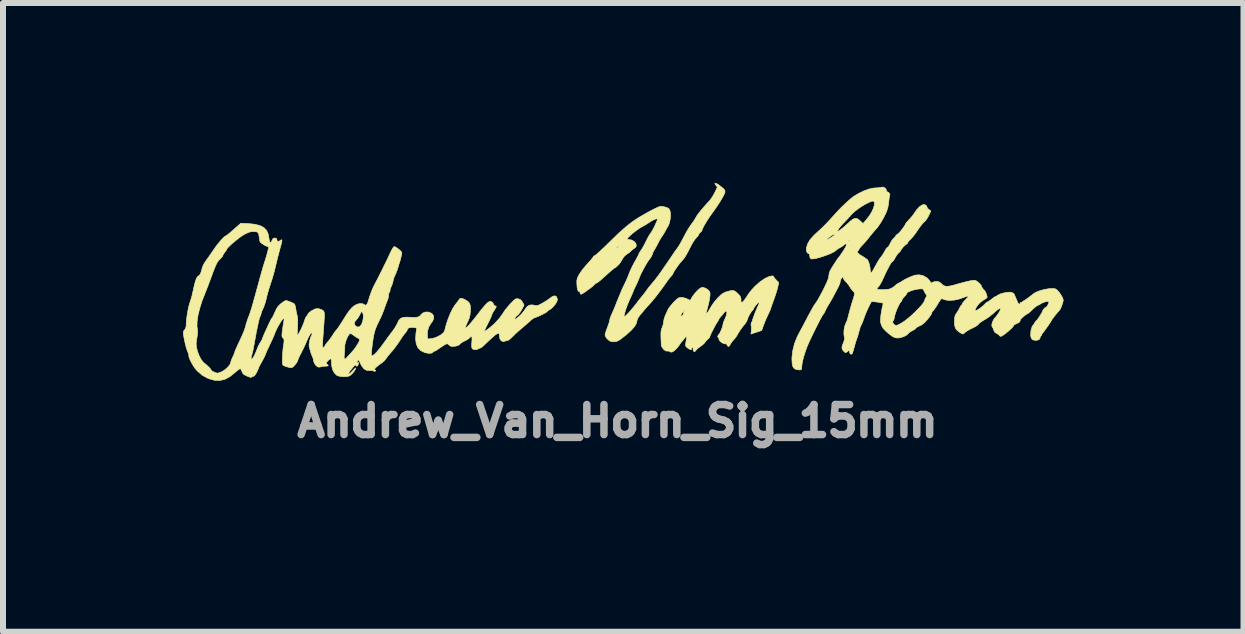
<source format=kicad_pcb>
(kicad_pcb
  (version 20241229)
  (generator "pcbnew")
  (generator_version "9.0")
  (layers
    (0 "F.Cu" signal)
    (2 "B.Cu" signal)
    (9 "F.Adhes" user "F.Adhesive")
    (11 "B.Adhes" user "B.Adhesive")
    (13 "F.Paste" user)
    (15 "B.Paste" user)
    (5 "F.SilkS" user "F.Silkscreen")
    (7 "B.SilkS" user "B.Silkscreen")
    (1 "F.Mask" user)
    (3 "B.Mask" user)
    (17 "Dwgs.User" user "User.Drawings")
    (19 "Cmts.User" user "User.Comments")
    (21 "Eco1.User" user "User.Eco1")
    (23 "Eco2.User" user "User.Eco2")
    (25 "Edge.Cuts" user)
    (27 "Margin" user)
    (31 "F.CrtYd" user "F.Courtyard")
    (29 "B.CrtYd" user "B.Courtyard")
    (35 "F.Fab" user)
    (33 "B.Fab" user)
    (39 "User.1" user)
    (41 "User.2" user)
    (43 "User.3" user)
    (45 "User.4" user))
  (footprint "Andrew_Van_Horn_Sig_15mm"
    (layer "F.Cu")
    (at 7.243 1.555)
    (property "Reference" "Andrew_Van_Horn_Sig_15mm" (at 0 2.413 0) (layer "F.Fab") (effects (font (size 0.5 0.5) (thickness 0.125))))
    (attr through_hole)
    (fp_poly (pts (xy 2.597 -0.003) (xy 2.605 0.011) (xy 2.613 0.026) (xy 2.635 0.051) (xy 2.646 0.063) (xy 2.687 0.105) (xy 2.671 0.18) (xy 2.66 0.224) (xy 2.642 0.283) (xy 2.62 0.349) (xy 2.604 0.392) (xy 2.584 0.448) (xy 2.567 0.495) (xy 2.556 0.527) (xy 2.553 0.539) (xy 2.548 0.554) (xy 2.534 0.587) (xy 2.514 0.63) (xy 2.505 0.648) (xy 2.478 0.707) (xy 2.452 0.769) (xy 2.432 0.821) (xy 2.43 0.826) (xy 2.403 0.903) (xy 2.314 0.933) (xy 2.224 0.963) (xy 2.23 0.908) (xy 2.232 0.867) (xy 2.229 0.833) (xy 2.227 0.827) (xy 2.225 0.795) (xy 2.232 0.775) (xy 2.243 0.752) (xy 2.247 0.742) (xy 2.254 0.715) (xy 2.269 0.672) (xy 2.288 0.62) (xy 2.309 0.569) (xy 2.328 0.524) (xy 2.34 0.499) (xy 2.357 0.462) (xy 2.359 0.441) (xy 2.349 0.437) (xy 2.329 0.454) (xy 2.32 0.466) (xy 2.297 0.495) (xy 2.28 0.517) (xy 2.28 0.517) (xy 2.268 0.539) (xy 2.266 0.545) (xy 2.258 0.561) (xy 2.257 0.562) (xy 2.239 0.579) (xy 2.217 0.611) (xy 2.194 0.65) (xy 2.175 0.689) (xy 2.167 0.714) (xy 2.152 0.753) (xy 2.127 0.79) (xy 2.125 0.793) (xy 2.086 0.84) (xy 2.045 0.897) (xy 2.009 0.954) (xy 1.993 0.983) (xy 1.97 1.018) (xy 1.94 1.055) (xy 1.934 1.061) (xy 1.905 1.095) (xy 1.882 1.13) (xy 1.879 1.136) (xy 1.861 1.165) (xy 1.843 1.17) (xy 1.829 1.151) (xy 1.827 1.146) (xy 1.814 1.126) (xy 1.801 1.126) (xy 1.775 1.124) (xy 1.743 1.109) (xy 1.713 1.087) (xy 1.695 1.063) (xy 1.693 1.055) (xy 1.687 1.03) (xy 1.68 1.023) (xy 1.668 1.005) (xy 1.679 0.981) (xy 1.69 0.969) (xy 1.707 0.944) (xy 1.726 0.903) (xy 1.744 0.857) (xy 1.756 0.815) (xy 1.759 0.795) (xy 1.764 0.773) (xy 1.778 0.737) (xy 1.791 0.71) (xy 1.814 0.653) (xy 1.823 0.61) (xy 1.816 0.584) (xy 1.811 0.58) (xy 1.797 0.584) (xy 1.777 0.605) (xy 1.776 0.607) (xy 1.748 0.643) (xy 1.723 0.671) (xy 1.702 0.694) (xy 1.693 0.709) (xy 1.693 0.709) (xy 1.686 0.726) (xy 1.67 0.752) (xy 1.668 0.754) (xy 1.649 0.785) (xy 1.624 0.828) (xy 1.598 0.878) (xy 1.573 0.927) (xy 1.552 0.97) (xy 1.54 1.001) (xy 1.537 1.011) (xy 1.527 1.03) (xy 1.507 1.048) (xy 1.477 1.075) (xy 1.46 1.099) (xy 1.439 1.124) (xy 1.406 1.152) (xy 1.386 1.166) (xy 1.349 1.193) (xy 1.318 1.222) (xy 1.309 1.233) (xy 1.29 1.254) (xy 1.274 1.254) (xy 1.27 1.251) (xy 1.259 1.228) (xy 1.26 1.209) (xy 1.261 1.189) (xy 1.249 1.188) (xy 1.235 1.202) (xy 1.234 1.21) (xy 1.23 1.223) (xy 1.21 1.221) (xy 1.18 1.203) (xy 1.167 1.194) (xy 1.145 1.176) (xy 1.135 1.159) (xy 1.134 1.136) (xy 1.14 1.097) (xy 1.142 1.086) (xy 1.15 1.035) (xy 1.15 1.008) (xy 1.142 1.005) (xy 1.125 1.023) (xy 1.122 1.027) (xy 1.097 1.06) (xy 1.071 1.09) (xy 1.051 1.113) (xy 1.042 1.128) (xy 1.042 1.128) (xy 1.034 1.141) (xy 1.014 1.167) (xy 0.988 1.199) (xy 0.948 1.24) (xy 0.911 1.262) (xy 0.882 1.264) (xy 0.867 1.252) (xy 0.851 1.246) (xy 0.83 1.247) (xy 0.802 1.244) (xy 0.774 1.222) (xy 0.764 1.212) (xy 0.742 1.182) (xy 0.73 1.159) (xy 0.729 1.155) (xy 0.729 1.136) (xy 0.727 1.097) (xy 0.725 1.047) (xy 0.724 1.024) (xy 0.723 0.96) (xy 0.726 0.914) (xy 0.734 0.878) (xy 0.744 0.854) (xy 0.759 0.811) (xy 0.768 0.768) (xy 0.768 0.759) (xy 0.774 0.721) (xy 0.788 0.675) (xy 0.794 0.661) (xy 0.794 0.661) (xy 1.053 0.661) (xy 1.061 0.664) (xy 1.074 0.658) (xy 1.459 0.658) (xy 1.465 0.664) (xy 1.472 0.658) (xy 1.465 0.651) (xy 1.459 0.658) (xy 1.074 0.658) (xy 1.082 0.654) (xy 1.094 0.638) (xy 1.102 0.618) (xy 1.101 0.612) (xy 1.1 0.603) (xy 1.107 0.586) (xy 1.117 0.564) (xy 1.115 0.562) (xy 1.101 0.577) (xy 1.079 0.608) (xy 1.076 0.612) (xy 1.057 0.645) (xy 1.053 0.661) (xy 0.794 0.661) (xy 0.814 0.615) (xy 0.834 0.569) (xy 0.839 0.559) (xy 0.857 0.528) (xy 0.889 0.487) (xy 0.927 0.443) (xy 0.936 0.432) (xy 0.977 0.392) (xy 1.006 0.368) (xy 1.031 0.356) (xy 1.056 0.352) (xy 1.061 0.352) (xy 1.104 0.358) (xy 1.151 0.372) (xy 1.16 0.377) (xy 1.212 0.402) (xy 1.243 0.347) (xy 1.271 0.307) (xy 1.309 0.263) (xy 1.335 0.236) (xy 1.37 0.205) (xy 1.395 0.189) (xy 1.418 0.185) (xy 1.436 0.188) (xy 1.475 0.203) (xy 1.511 0.228) (xy 1.512 0.229) (xy 1.532 0.252) (xy 1.541 0.275) (xy 1.542 0.311) (xy 1.54 0.329) (xy 1.534 0.377) (xy 1.522 0.437) (xy 1.508 0.495) (xy 1.495 0.546) (xy 1.483 0.589) (xy 1.476 0.617) (xy 1.475 0.619) (xy 1.475 0.631) (xy 1.485 0.623) (xy 1.504 0.599) (xy 1.528 0.562) (xy 1.555 0.514) (xy 1.558 0.51) (xy 1.586 0.466) (xy 1.625 0.414) (xy 1.667 0.365) (xy 1.674 0.358) (xy 1.718 0.314) (xy 1.755 0.286) (xy 1.791 0.267) (xy 1.826 0.256) (xy 1.881 0.241) (xy 1.919 0.237) (xy 1.949 0.244) (xy 1.978 0.264) (xy 2.003 0.287) (xy 2.036 0.321) (xy 2.052 0.349) (xy 2.058 0.38) (xy 2.058 0.392) (xy 2.059 0.424) (xy 2.065 0.436) (xy 2.079 0.432) (xy 2.082 0.431) (xy 2.1 0.414) (xy 2.126 0.381) (xy 2.155 0.338) (xy 2.162 0.326) (xy 2.217 0.249) (xy 2.287 0.171) (xy 2.365 0.101) (xy 2.443 0.045) (xy 2.478 0.026) (xy 2.529 0.004) (xy 2.57 -0.006) (xy 2.597 -0.003)) (stroke (width 0.01) (type solid)) (fill yes) (layer "F.SilkS"))
    (fp_poly (pts (xy 1.656 -1.543) (xy 1.689 -1.522) (xy 1.736 -1.486) (xy 1.775 -1.452) (xy 1.791 -1.425) (xy 1.79 -1.397) (xy 1.777 -1.365) (xy 1.752 -1.318) (xy 1.718 -1.259) (xy 1.676 -1.194) (xy 1.631 -1.127) (xy 1.585 -1.063) (xy 1.577 -1.051) (xy 1.541 -1.001) (xy 1.504 -0.946) (xy 1.469 -0.889) (xy 1.439 -0.837) (xy 1.418 -0.795) (xy 1.407 -0.767) (xy 1.407 -0.763) (xy 1.397 -0.746) (xy 1.381 -0.732) (xy 1.36 -0.713) (xy 1.355 -0.699) (xy 1.346 -0.68) (xy 1.324 -0.653) (xy 1.315 -0.644) (xy 1.288 -0.612) (xy 1.257 -0.567) (xy 1.232 -0.521) (xy 1.191 -0.441) (xy 1.159 -0.381) (xy 1.133 -0.336) (xy 1.111 -0.302) (xy 1.09 -0.276) (xy 1.076 -0.261) (xy 1.048 -0.229) (xy 1.016 -0.188) (xy 0.984 -0.143) (xy 0.955 -0.101) (xy 0.934 -0.067) (xy 0.925 -0.047) (xy 0.925 -0.046) (xy 0.917 -0.029) (xy 0.896 -0.004) (xy 0.892 -0.00003) (xy 0.867 0.029) (xy 0.836 0.07) (xy 0.811 0.106) (xy 0.765 0.171) (xy 0.713 0.242) (xy 0.66 0.312) (xy 0.609 0.376) (xy 0.566 0.427) (xy 0.548 0.448) (xy 0.514 0.484) (xy 0.483 0.519) (xy 0.47 0.534) (xy 0.447 0.561) (xy 0.415 0.599) (xy 0.384 0.635) (xy 0.346 0.686) (xy 0.327 0.727) (xy 0.325 0.74) (xy 0.314 0.786) (xy 0.282 0.84) (xy 0.227 0.902) (xy 0.149 0.972) (xy 0.064 1.039) (xy 0.016 1.072) (xy -0.025 1.089) (xy -0.067 1.092) (xy -0.114 1.085) (xy -0.142 1.07) (xy -0.173 1.042) (xy -0.198 1.009) (xy -0.208 0.98) (xy -0.208 0.979) (xy -0.204 0.957) (xy -0.192 0.918) (xy -0.175 0.87) (xy -0.169 0.855) (xy -0.151 0.805) (xy -0.137 0.762) (xy -0.131 0.733) (xy -0.13 0.729) (xy -0.125 0.705) (xy -0.111 0.666) (xy -0.092 0.622) (xy -0.068 0.568) (xy -0.041 0.503) (xy -0.016 0.441) (xy -0.015 0.436) (xy 0.079 0.209) (xy 0.13 0.104) (xy 0.155 0.05) (xy 0.181 -0.012) (xy 0.194 -0.048) (xy 0.214 -0.096) (xy 0.242 -0.156) (xy 0.274 -0.218) (xy 0.287 -0.241) (xy 0.314 -0.289) (xy 0.336 -0.33) (xy 0.349 -0.356) (xy 0.352 -0.364) (xy 0.358 -0.38) (xy 0.376 -0.41) (xy 0.395 -0.438) (xy 0.423 -0.483) (xy 0.454 -0.54) (xy 0.48 -0.593) (xy 0.504 -0.64) (xy 0.527 -0.682) (xy 0.545 -0.708) (xy 0.546 -0.71) (xy 0.564 -0.735) (xy 0.586 -0.773) (xy 0.61 -0.818) (xy 0.632 -0.865) (xy 0.651 -0.908) (xy 0.663 -0.94) (xy 0.665 -0.957) (xy 0.665 -0.957) (xy 0.644 -0.957) (xy 0.61 -0.945) (xy 0.569 -0.924) (xy 0.527 -0.897) (xy 0.523 -0.894) (xy 0.486 -0.869) (xy 0.439 -0.842) (xy 0.409 -0.826) (xy 0.368 -0.802) (xy 0.32 -0.768) (xy 0.269 -0.729) (xy 0.223 -0.691) (xy 0.186 -0.656) (xy 0.166 -0.631) (xy 0.166 -0.631) (xy 0.164 -0.617) (xy 0.183 -0.612) (xy 0.189 -0.612) (xy 0.235 -0.604) (xy 0.273 -0.584) (xy 0.3 -0.555) (xy 0.313 -0.523) (xy 0.309 -0.493) (xy 0.285 -0.469) (xy 0.283 -0.468) (xy 0.254 -0.448) (xy 0.222 -0.42) (xy 0.221 -0.418) (xy 0.185 -0.388) (xy 0.148 -0.363) (xy 0.116 -0.337) (xy 0.087 -0.297) (xy 0.081 -0.285) (xy 0.033 -0.208) (xy -0.024 -0.153) (xy -0.047 -0.139) (xy -0.071 -0.122) (xy -0.109 -0.091) (xy -0.154 -0.051) (xy -0.202 -0.007) (xy -0.25 0.036) (xy -0.293 0.073) (xy -0.327 0.1) (xy -0.348 0.112) (xy -0.348 0.112) (xy -0.371 0.122) (xy -0.378 0.131) (xy -0.388 0.143) (xy -0.414 0.166) (xy -0.451 0.196) (xy -0.494 0.227) (xy -0.536 0.258) (xy -0.573 0.282) (xy -0.599 0.297) (xy -0.608 0.3) (xy -0.622 0.289) (xy -0.625 0.273) (xy -0.63 0.255) (xy -0.637 0.253) (xy -0.653 0.251) (xy -0.665 0.226) (xy -0.674 0.181) (xy -0.678 0.118) (xy -0.678 0.067) (xy -0.667 0.024) (xy -0.638 -0.032) (xy -0.593 -0.099) (xy -0.533 -0.173) (xy -0.486 -0.225) (xy -0.45 -0.265) (xy -0.422 -0.298) (xy -0.406 -0.32) (xy -0.404 -0.325) (xy -0.393 -0.338) (xy -0.379 -0.345) (xy -0.362 -0.356) (xy -0.33 -0.383) (xy -0.287 -0.422) (xy -0.251 -0.456) (xy -0.022 -0.456) (xy -0.011 -0.464) (xy 0.007 -0.482) (xy 0.02 -0.501) (xy 0.018 -0.508) (xy 0.003 -0.498) (xy -0.01 -0.482) (xy -0.021 -0.462) (xy -0.022 -0.456) (xy -0.251 -0.456) (xy -0.235 -0.471) (xy -0.179 -0.525) (xy -0.08 -0.622) (xy 0.005 -0.703) (xy 0.078 -0.77) (xy 0.142 -0.826) (xy 0.202 -0.874) (xy 0.258 -0.916) (xy 0.316 -0.955) (xy 0.355 -0.98) (xy 0.422 -1.019) (xy 0.497 -1.062) (xy 0.568 -1.1) (xy 0.593 -1.113) (xy 0.647 -1.139) (xy 0.685 -1.156) (xy 0.713 -1.164) (xy 0.738 -1.165) (xy 0.767 -1.16) (xy 0.775 -1.159) (xy 0.826 -1.145) (xy 0.858 -1.124) (xy 0.875 -1.091) (xy 0.882 -1.051) (xy 0.883 -1.003) (xy 0.877 -0.946) (xy 0.865 -0.892) (xy 0.85 -0.849) (xy 0.841 -0.834) (xy 0.826 -0.81) (xy 0.807 -0.774) (xy 0.8 -0.762) (xy 0.777 -0.72) (xy 0.752 -0.681) (xy 0.747 -0.674) (xy 0.726 -0.643) (xy 0.7 -0.599) (xy 0.682 -0.564) (xy 0.657 -0.516) (xy 0.632 -0.47) (xy 0.617 -0.446) (xy 0.595 -0.407) (xy 0.581 -0.369) (xy 0.58 -0.365) (xy 0.565 -0.33) (xy 0.54 -0.294) (xy 0.538 -0.292) (xy 0.515 -0.261) (xy 0.484 -0.213) (xy 0.451 -0.155) (xy 0.418 -0.094) (xy 0.389 -0.037) (xy 0.368 0.01) (xy 0.364 0.023) (xy 0.349 0.06) (xy 0.328 0.109) (xy 0.304 0.159) (xy 0.283 0.201) (xy 0.268 0.235) (xy 0.261 0.253) (xy 0.261 0.253) (xy 0.255 0.268) (xy 0.242 0.301) (xy 0.221 0.347) (xy 0.2 0.393) (xy 0.173 0.456) (xy 0.149 0.52) (xy 0.129 0.579) (xy 0.116 0.628) (xy 0.11 0.662) (xy 0.112 0.676) (xy 0.123 0.67) (xy 0.147 0.648) (xy 0.181 0.613) (xy 0.221 0.568) (xy 0.264 0.517) (xy 0.306 0.465) (xy 0.322 0.443) (xy 0.356 0.399) (xy 0.385 0.362) (xy 0.405 0.338) (xy 0.41 0.332) (xy 0.425 0.315) (xy 0.448 0.284) (xy 0.47 0.254) (xy 0.5 0.213) (xy 0.529 0.175) (xy 0.544 0.156) (xy 0.599 0.091) (xy 0.644 0.035) (xy 0.685 -0.019) (xy 0.728 -0.079) (xy 0.775 -0.147) (xy 0.817 -0.208) (xy 0.858 -0.268) (xy 0.893 -0.319) (xy 0.918 -0.357) (xy 0.921 -0.361) (xy 0.953 -0.409) (xy 0.989 -0.458) (xy 1.003 -0.478) (xy 1.027 -0.513) (xy 1.056 -0.564) (xy 1.088 -0.623) (xy 1.108 -0.662) (xy 1.141 -0.724) (xy 1.177 -0.786) (xy 1.21 -0.838) (xy 1.227 -0.862) (xy 1.26 -0.906) (xy 1.289 -0.95) (xy 1.305 -0.979) (xy 1.325 -1.013) (xy 1.361 -1.062) (xy 1.411 -1.122) (xy 1.47 -1.191) (xy 1.537 -1.263) (xy 1.564 -1.299) (xy 1.595 -1.348) (xy 1.622 -1.397) (xy 1.664 -1.486) (xy 1.639 -1.518) (xy 1.623 -1.54) (xy 1.623 -1.549) (xy 1.635 -1.55) (xy 1.656 -1.543)) (stroke (width 0.01) (type solid)) (fill yes) (layer "F.SilkS"))
    (fp_poly (pts (xy 4.461 -1.471) (xy 4.479 -1.444) (xy 4.481 -1.432) (xy 4.489 -1.411) (xy 4.5 -1.407) (xy 4.518 -1.398) (xy 4.534 -1.378) (xy 4.541 -1.358) (xy 4.538 -1.351) (xy 4.534 -1.336) (xy 4.528 -1.302) (xy 4.522 -1.254) (xy 4.52 -1.236) (xy 4.508 -1.154) (xy 4.486 -1.083) (xy 4.465 -1.036) (xy 4.427 -0.962) (xy 4.387 -0.893) (xy 4.348 -0.836) (xy 4.325 -0.806) (xy 4.289 -0.765) (xy 4.253 -0.723) (xy 4.21 -0.671) (xy 4.184 -0.638) (xy 4.146 -0.591) (xy 4.106 -0.546) (xy 4.074 -0.512) (xy 4.071 -0.509) (xy 4.044 -0.479) (xy 4.027 -0.455) (xy 4.025 -0.447) (xy 4.017 -0.431) (xy 4.012 -0.43) (xy 4.001 -0.419) (xy 3.999 -0.404) (xy 4.012 -0.378) (xy 4.051 -0.352) (xy 4.053 -0.35) (xy 4.09 -0.33) (xy 4.119 -0.31) (xy 4.126 -0.305) (xy 4.145 -0.29) (xy 4.154 -0.287) (xy 4.167 -0.275) (xy 4.182 -0.245) (xy 4.196 -0.204) (xy 4.206 -0.159) (xy 4.211 -0.122) (xy 4.215 -0.086) (xy 4.222 -0.064) (xy 4.227 -0.061) (xy 4.24 -0.072) (xy 4.259 -0.1) (xy 4.266 -0.113) (xy 4.304 -0.182) (xy 4.332 -0.233) (xy 4.354 -0.27) (xy 4.373 -0.298) (xy 4.393 -0.323) (xy 4.394 -0.324) (xy 4.423 -0.364) (xy 4.451 -0.412) (xy 4.458 -0.425) (xy 4.477 -0.458) (xy 4.494 -0.479) (xy 4.501 -0.482) (xy 4.514 -0.493) (xy 4.532 -0.521) (xy 4.545 -0.547) (xy 4.567 -0.589) (xy 4.593 -0.624) (xy 4.606 -0.637) (xy 4.628 -0.658) (xy 4.637 -0.674) (xy 4.647 -0.688) (xy 4.669 -0.703) (xy 4.69 -0.721) (xy 4.72 -0.754) (xy 4.752 -0.795) (xy 4.781 -0.836) (xy 4.801 -0.871) (xy 4.805 -0.879) (xy 4.817 -0.897) (xy 4.838 -0.921) (xy 4.88 -0.966) (xy 4.909 -0.999) (xy 4.93 -1.027) (xy 4.945 -1.049) (xy 4.992 -1.115) (xy 5.038 -1.163) (xy 5.08 -1.19) (xy 5.117 -1.195) (xy 5.139 -1.185) (xy 5.155 -1.164) (xy 5.158 -1.152) (xy 5.168 -1.133) (xy 5.191 -1.112) (xy 5.223 -1.088) (xy 5.185 -1.008) (xy 5.16 -0.964) (xy 5.134 -0.927) (xy 5.115 -0.908) (xy 5.092 -0.887) (xy 5.062 -0.851) (xy 5.029 -0.807) (xy 5.019 -0.793) (xy 4.976 -0.729) (xy 4.942 -0.683) (xy 4.912 -0.646) (xy 4.881 -0.614) (xy 4.868 -0.602) (xy 4.845 -0.576) (xy 4.833 -0.554) (xy 4.833 -0.551) (xy 4.827 -0.538) (xy 4.822 -0.539) (xy 4.809 -0.533) (xy 4.787 -0.513) (xy 4.76 -0.485) (xy 4.736 -0.456) (xy 4.719 -0.431) (xy 4.715 -0.421) (xy 4.705 -0.406) (xy 4.689 -0.394) (xy 4.669 -0.373) (xy 4.645 -0.338) (xy 4.631 -0.314) (xy 4.61 -0.277) (xy 4.59 -0.251) (xy 4.581 -0.244) (xy 4.564 -0.228) (xy 4.544 -0.198) (xy 4.534 -0.18) (xy 4.515 -0.142) (xy 4.499 -0.112) (xy 4.494 -0.104) (xy 4.484 -0.084) (xy 4.466 -0.047) (xy 4.444 0.001) (xy 4.433 0.026) (xy 4.408 0.079) (xy 4.382 0.127) (xy 4.361 0.161) (xy 4.354 0.169) (xy 4.333 0.193) (xy 4.325 0.209) (xy 4.331 0.218) (xy 4.355 0.222) (xy 4.4 0.223) (xy 4.455 0.222) (xy 4.516 0.217) (xy 4.563 0.202) (xy 4.607 0.174) (xy 4.637 0.147) (xy 4.667 0.124) (xy 4.695 0.109) (xy 4.696 0.109) (xy 4.726 0.094) (xy 4.748 0.079) (xy 4.776 0.061) (xy 4.82 0.038) (xy 4.872 0.014) (xy 4.923 -0.006) (xy 4.965 -0.02) (xy 4.966 -0.02) (xy 5.033 -0.024) (xy 5.099 -0.008) (xy 5.156 0.025) (xy 5.162 0.03) (xy 5.191 0.06) (xy 5.211 0.088) (xy 5.215 0.096) (xy 5.225 0.112) (xy 5.242 0.105) (xy 5.243 0.104) (xy 5.269 0.093) (xy 5.306 0.087) (xy 5.312 0.087) (xy 5.35 0.09) (xy 5.381 0.108) (xy 5.401 0.127) (xy 5.429 0.151) (xy 5.46 0.165) (xy 5.498 0.168) (xy 5.549 0.161) (xy 5.618 0.144) (xy 5.648 0.135) (xy 5.738 0.11) (xy 5.819 0.089) (xy 5.887 0.074) (xy 5.936 0.067) (xy 5.951 0.066) (xy 5.977 0.075) (xy 6.01 0.098) (xy 6.042 0.128) (xy 6.064 0.158) (xy 6.07 0.176) (xy 6.077 0.193) (xy 6.084 0.195) (xy 6.092 0.203) (xy 6.09 0.207) (xy 6.094 0.221) (xy 6.106 0.227) (xy 6.122 0.243) (xy 6.139 0.274) (xy 6.154 0.312) (xy 6.161 0.346) (xy 6.161 0.351) (xy 6.151 0.363) (xy 6.124 0.383) (xy 6.099 0.397) (xy 6.046 0.435) (xy 6.001 0.484) (xy 5.97 0.536) (xy 5.963 0.557) (xy 5.959 0.576) (xy 5.967 0.578) (xy 5.99 0.566) (xy 6.047 0.53) (xy 6.098 0.488) (xy 6.126 0.459) (xy 6.147 0.438) (xy 6.163 0.43) (xy 6.18 0.422) (xy 6.209 0.402) (xy 6.232 0.384) (xy 6.264 0.359) (xy 6.289 0.343) (xy 6.297 0.339) (xy 6.314 0.332) (xy 6.34 0.315) (xy 6.341 0.314) (xy 6.382 0.294) (xy 6.437 0.278) (xy 6.496 0.267) (xy 6.548 0.265) (xy 6.566 0.267) (xy 6.603 0.286) (xy 6.618 0.311) (xy 6.632 0.347) (xy 6.643 0.371) (xy 6.657 0.403) (xy 6.669 0.434) (xy 6.683 0.456) (xy 6.699 0.465) (xy 6.711 0.459) (xy 6.711 0.444) (xy 6.715 0.434) (xy 6.72 0.436) (xy 6.738 0.434) (xy 6.752 0.423) (xy 6.771 0.408) (xy 6.779 0.404) (xy 6.793 0.396) (xy 6.824 0.375) (xy 6.867 0.343) (xy 6.919 0.303) (xy 6.936 0.289) (xy 6.983 0.262) (xy 7.047 0.238) (xy 7.119 0.219) (xy 7.192 0.207) (xy 7.257 0.204) (xy 7.294 0.208) (xy 7.321 0.224) (xy 7.353 0.257) (xy 7.384 0.299) (xy 7.411 0.343) (xy 7.427 0.382) (xy 7.429 0.404) (xy 7.42 0.443) (xy 7.405 0.488) (xy 7.388 0.53) (xy 7.372 0.56) (xy 7.367 0.567) (xy 7.348 0.586) (xy 7.322 0.617) (xy 7.292 0.654) (xy 7.264 0.691) (xy 7.241 0.721) (xy 7.23 0.74) (xy 7.229 0.742) (xy 7.222 0.756) (xy 7.203 0.785) (xy 7.177 0.824) (xy 7.147 0.866) (xy 7.118 0.907) (xy 7.093 0.939) (xy 7.081 0.953) (xy 7.069 0.973) (xy 7.07 0.982) (xy 7.067 0.989) (xy 7.062 0.99) (xy 7.049 1.001) (xy 7.047 1.013) (xy 7.036 1.046) (xy 7.004 1.064) (xy 6.969 1.068) (xy 6.925 1.061) (xy 6.899 1.037) (xy 6.887 0.995) (xy 6.887 0.958) (xy 6.89 0.916) (xy 6.896 0.883) (xy 6.899 0.874) (xy 6.907 0.851) (xy 6.909 0.844) (xy 6.917 0.828) (xy 6.93 0.811) (xy 6.951 0.782) (xy 6.959 0.765) (xy 6.972 0.746) (xy 6.98 0.742) (xy 6.991 0.732) (xy 7.01 0.706) (xy 7.034 0.671) (xy 7.057 0.634) (xy 7.076 0.602) (xy 7.085 0.58) (xy 7.086 0.578) (xy 7.093 0.561) (xy 7.11 0.54) (xy 7.129 0.522) (xy 7.141 0.516) (xy 7.142 0.516) (xy 7.151 0.511) (xy 7.166 0.49) (xy 7.18 0.463) (xy 7.189 0.438) (xy 7.19 0.43) (xy 7.18 0.421) (xy 7.153 0.421) (xy 7.118 0.429) (xy 7.082 0.443) (xy 7.062 0.454) (xy 7.029 0.474) (xy 7.001 0.487) (xy 6.979 0.5) (xy 6.946 0.526) (xy 6.91 0.56) (xy 6.876 0.592) (xy 6.849 0.615) (xy 6.835 0.625) (xy 6.835 0.625) (xy 6.816 0.633) (xy 6.809 0.638) (xy 6.789 0.654) (xy 6.759 0.678) (xy 6.75 0.685) (xy 6.724 0.711) (xy 6.712 0.734) (xy 6.711 0.74) (xy 6.703 0.761) (xy 6.676 0.778) (xy 6.634 0.798) (xy 6.612 0.81) (xy 6.602 0.821) (xy 6.6 0.827) (xy 6.589 0.844) (xy 6.562 0.872) (xy 6.525 0.906) (xy 6.484 0.94) (xy 6.444 0.971) (xy 6.41 0.993) (xy 6.389 1.003) (xy 6.388 1.003) (xy 6.367 0.992) (xy 6.362 0.984) (xy 6.345 0.967) (xy 6.318 0.953) (xy 6.286 0.931) (xy 6.272 0.9) (xy 6.262 0.87) (xy 6.251 0.853) (xy 6.251 0.853) (xy 6.239 0.831) (xy 6.24 0.796) (xy 6.253 0.754) (xy 6.274 0.713) (xy 6.302 0.679) (xy 6.305 0.677) (xy 6.316 0.664) (xy 6.336 0.635) (xy 6.355 0.609) (xy 6.378 0.567) (xy 6.383 0.543) (xy 6.371 0.537) (xy 6.344 0.55) (xy 6.309 0.578) (xy 6.248 0.632) (xy 6.194 0.675) (xy 6.135 0.714) (xy 6.1 0.734) (xy 6.06 0.76) (xy 6.028 0.784) (xy 6.013 0.801) (xy 6.013 0.802) (xy 5.998 0.817) (xy 5.965 0.838) (xy 5.921 0.861) (xy 5.91 0.866) (xy 5.862 0.89) (xy 5.82 0.915) (xy 5.793 0.934) (xy 5.791 0.937) (xy 5.771 0.956) (xy 5.754 0.962) (xy 5.731 0.953) (xy 5.696 0.93) (xy 5.656 0.898) (xy 5.632 0.864) (xy 5.619 0.819) (xy 5.616 0.757) (xy 5.617 0.747) (xy 5.619 0.695) (xy 5.626 0.659) (xy 5.641 0.629) (xy 5.653 0.612) (xy 5.679 0.572) (xy 5.701 0.532) (xy 5.704 0.524) (xy 5.719 0.496) (xy 5.731 0.482) (xy 5.733 0.482) (xy 5.743 0.471) (xy 5.744 0.463) (xy 5.753 0.445) (xy 5.776 0.416) (xy 5.799 0.392) (xy 5.827 0.363) (xy 5.844 0.341) (xy 5.846 0.332) (xy 5.831 0.332) (xy 5.799 0.342) (xy 5.757 0.358) (xy 5.755 0.358) (xy 5.685 0.382) (xy 5.612 0.397) (xy 5.542 0.402) (xy 5.482 0.398) (xy 5.447 0.388) (xy 5.418 0.376) (xy 5.397 0.376) (xy 5.396 0.376) (xy 5.384 0.391) (xy 5.363 0.421) (xy 5.338 0.462) (xy 5.334 0.469) (xy 5.306 0.513) (xy 5.28 0.551) (xy 5.261 0.574) (xy 5.26 0.575) (xy 5.241 0.599) (xy 5.236 0.616) (xy 5.228 0.635) (xy 5.207 0.667) (xy 5.176 0.707) (xy 5.165 0.721) (xy 5.114 0.776) (xy 5.068 0.811) (xy 5.035 0.827) (xy 5 0.844) (xy 4.976 0.861) (xy 4.971 0.867) (xy 4.955 0.883) (xy 4.925 0.901) (xy 4.916 0.905) (xy 4.879 0.925) (xy 4.851 0.948) (xy 4.848 0.953) (xy 4.816 0.982) (xy 4.767 1.007) (xy 4.712 1.024) (xy 4.668 1.029) (xy 4.628 1.024) (xy 4.59 1.007) (xy 4.554 0.982) (xy 4.483 0.925) (xy 4.433 0.874) (xy 4.402 0.825) (xy 4.386 0.773) (xy 4.385 0.755) (xy 4.586 0.755) (xy 4.591 0.781) (xy 4.61 0.804) (xy 4.637 0.819) (xy 4.648 0.82) (xy 4.667 0.814) (xy 4.702 0.797) (xy 4.743 0.774) (xy 4.746 0.772) (xy 4.795 0.739) (xy 4.85 0.695) (xy 4.908 0.645) (xy 4.965 0.591) (xy 5.018 0.537) (xy 5.064 0.487) (xy 5.097 0.445) (xy 5.116 0.413) (xy 5.119 0.402) (xy 5.126 0.378) (xy 5.14 0.354) (xy 5.153 0.329) (xy 5.149 0.311) (xy 5.142 0.302) (xy 5.124 0.274) (xy 5.108 0.242) (xy 5.098 0.222) (xy 5.085 0.211) (xy 5.063 0.209) (xy 5.024 0.212) (xy 5.013 0.213) (xy 4.964 0.221) (xy 4.915 0.234) (xy 4.871 0.25) (xy 4.838 0.266) (xy 4.823 0.28) (xy 4.823 0.284) (xy 4.816 0.299) (xy 4.796 0.324) (xy 4.784 0.337) (xy 4.758 0.366) (xy 4.743 0.391) (xy 4.741 0.398) (xy 4.731 0.42) (xy 4.724 0.426) (xy 4.708 0.446) (xy 4.687 0.484) (xy 4.664 0.533) (xy 4.642 0.587) (xy 4.625 0.639) (xy 4.613 0.683) (xy 4.611 0.703) (xy 4.605 0.728) (xy 4.598 0.736) (xy 4.586 0.755) (xy 4.385 0.755) (xy 4.384 0.712) (xy 4.39 0.649) (xy 4.399 0.594) (xy 4.408 0.541) (xy 4.417 0.503) (xy 4.424 0.471) (xy 4.426 0.451) (xy 4.426 0.448) (xy 4.41 0.444) (xy 4.378 0.438) (xy 4.336 0.431) (xy 4.292 0.426) (xy 4.257 0.423) (xy 4.236 0.422) (xy 4.234 0.423) (xy 4.224 0.438) (xy 4.206 0.471) (xy 4.182 0.519) (xy 4.156 0.576) (xy 4.151 0.586) (xy 4.136 0.623) (xy 4.117 0.673) (xy 4.102 0.716) (xy 4.085 0.762) (xy 4.069 0.799) (xy 4.059 0.819) (xy 4.046 0.843) (xy 4.044 0.852) (xy 4.039 0.876) (xy 4.035 0.886) (xy 4.028 0.91) (xy 4.017 0.947) (xy 4.013 0.964) (xy 4.001 1.006) (xy 3.989 1.04) (xy 3.986 1.049) (xy 3.977 1.073) (xy 3.964 1.115) (xy 3.95 1.166) (xy 3.947 1.178) (xy 3.933 1.228) (xy 3.92 1.268) (xy 3.911 1.291) (xy 3.909 1.294) (xy 3.89 1.3) (xy 3.874 1.286) (xy 3.869 1.263) (xy 3.864 1.241) (xy 3.85 1.241) (xy 3.827 1.259) (xy 3.809 1.272) (xy 3.794 1.27) (xy 3.771 1.25) (xy 3.747 1.221) (xy 3.74 1.188) (xy 3.75 1.146) (xy 3.765 1.108) (xy 3.78 1.065) (xy 3.784 1.03) (xy 3.782 1.024) (xy 3.773 0.965) (xy 3.775 0.897) (xy 3.788 0.83) (xy 3.809 0.774) (xy 3.817 0.762) (xy 3.824 0.744) (xy 3.835 0.708) (xy 3.849 0.658) (xy 3.855 0.632) (xy 3.872 0.568) (xy 3.89 0.502) (xy 3.907 0.447) (xy 3.91 0.436) (xy 3.931 0.371) (xy 3.944 0.326) (xy 3.949 0.295) (xy 3.947 0.274) (xy 3.937 0.258) (xy 3.924 0.245) (xy 3.894 0.21) (xy 3.872 0.176) (xy 3.85 0.142) (xy 3.819 0.105) (xy 3.808 0.094) (xy 3.782 0.065) (xy 3.766 0.04) (xy 3.764 0.033) (xy 3.759 0.014) (xy 3.746 0.016) (xy 3.73 0.036) (xy 3.722 0.055) (xy 3.712 0.086) (xy 3.709 0.106) (xy 3.709 0.107) (xy 3.705 0.122) (xy 3.69 0.156) (xy 3.667 0.203) (xy 3.638 0.258) (xy 3.606 0.318) (xy 3.574 0.377) (xy 3.543 0.431) (xy 3.517 0.475) (xy 3.504 0.495) (xy 3.484 0.53) (xy 3.465 0.571) (xy 3.464 0.573) (xy 3.447 0.609) (xy 3.428 0.636) (xy 3.426 0.638) (xy 3.413 0.657) (xy 3.391 0.696) (xy 3.362 0.751) (xy 3.327 0.82) (xy 3.288 0.899) (xy 3.246 0.984) (xy 3.205 1.071) (xy 3.194 1.094) (xy 3.159 1.175) (xy 3.128 1.261) (xy 3.102 1.344) (xy 3.083 1.419) (xy 3.073 1.479) (xy 3.072 1.491) (xy 3.07 1.531) (xy 3.064 1.553) (xy 3.046 1.561) (xy 3.012 1.559) (xy 2.982 1.554) (xy 2.948 1.54) (xy 2.924 1.508) (xy 2.911 1.457) (xy 2.907 1.384) (xy 2.907 1.359) (xy 2.92 1.243) (xy 2.95 1.122) (xy 2.995 1.008) (xy 3.012 0.975) (xy 3.097 0.816) (xy 3.182 0.654) (xy 3.205 0.612) (xy 3.236 0.555) (xy 3.265 0.503) (xy 3.291 0.463) (xy 3.306 0.443) (xy 3.322 0.42) (xy 3.347 0.379) (xy 3.377 0.324) (xy 3.411 0.261) (xy 3.428 0.228) (xy 3.467 0.148) (xy 3.495 0.087) (xy 3.513 0.04) (xy 3.521 0.004) (xy 3.523 -0.013) (xy 3.527 -0.046) (xy 3.538 -0.08) (xy 3.56 -0.122) (xy 3.593 -0.177) (xy 3.601 -0.189) (xy 3.633 -0.237) (xy 3.659 -0.278) (xy 3.678 -0.304) (xy 3.685 -0.313) (xy 3.696 -0.326) (xy 3.717 -0.355) (xy 3.745 -0.396) (xy 3.76 -0.418) (xy 3.793 -0.472) (xy 3.813 -0.51) (xy 3.817 -0.533) (xy 3.816 -0.534) (xy 3.804 -0.542) (xy 3.784 -0.53) (xy 3.777 -0.523) (xy 3.744 -0.498) (xy 3.706 -0.476) (xy 3.672 -0.457) (xy 3.647 -0.436) (xy 3.646 -0.435) (xy 3.619 -0.414) (xy 3.574 -0.389) (xy 3.515 -0.364) (xy 3.45 -0.34) (xy 3.383 -0.318) (xy 3.321 -0.301) (xy 3.269 -0.291) (xy 3.232 -0.289) (xy 3.224 -0.291) (xy 3.209 -0.309) (xy 3.204 -0.338) (xy 3.199 -0.369) (xy 3.184 -0.378) (xy 3.164 -0.389) (xy 3.15 -0.419) (xy 3.147 -0.458) (xy 3.148 -0.472) (xy 3.169 -0.542) (xy 3.188 -0.574) (xy 3.846 -0.574) (xy 3.848 -0.573) (xy 3.859 -0.582) (xy 3.862 -0.586) (xy 3.865 -0.598) (xy 3.864 -0.599) (xy 3.852 -0.59) (xy 3.849 -0.586) (xy 3.846 -0.574) (xy 3.188 -0.574) (xy 3.211 -0.612) (xy 3.216 -0.618) (xy 3.491 -0.618) (xy 3.495 -0.613) (xy 3.509 -0.617) (xy 3.538 -0.633) (xy 3.562 -0.648) (xy 3.601 -0.674) (xy 3.62 -0.693) (xy 3.618 -0.702) (xy 3.611 -0.703) (xy 3.596 -0.696) (xy 3.569 -0.679) (xy 3.538 -0.657) (xy 3.51 -0.636) (xy 3.493 -0.621) (xy 3.491 -0.618) (xy 3.216 -0.618) (xy 3.277 -0.685) (xy 3.296 -0.703) (xy 3.348 -0.751) (xy 3.665 -0.751) (xy 3.669 -0.748) (xy 3.693 -0.759) (xy 3.695 -0.761) (xy 3.72 -0.778) (xy 3.758 -0.809) (xy 3.802 -0.847) (xy 3.83 -0.872) (xy 3.884 -0.922) (xy 3.926 -0.953) (xy 3.96 -0.966) (xy 3.99 -0.963) (xy 4.02 -0.945) (xy 4.048 -0.92) (xy 4.092 -0.879) (xy 4.148 -0.944) (xy 4.2 -1.011) (xy 4.24 -1.077) (xy 4.268 -1.14) (xy 4.282 -1.195) (xy 4.279 -1.237) (xy 4.274 -1.248) (xy 4.256 -1.254) (xy 4.222 -1.245) (xy 4.176 -1.225) (xy 4.123 -1.197) (xy 4.065 -1.162) (xy 4.008 -1.123) (xy 3.956 -1.083) (xy 3.912 -1.043) (xy 3.891 -1.02) (xy 3.871 -0.997) (xy 3.839 -0.962) (xy 3.801 -0.922) (xy 3.793 -0.914) (xy 3.749 -0.868) (xy 3.72 -0.835) (xy 3.7 -0.811) (xy 3.685 -0.79) (xy 3.674 -0.77) (xy 3.665 -0.751) (xy 3.348 -0.751) (xy 3.368 -0.769) (xy 3.424 -0.822) (xy 3.471 -0.869) (xy 3.513 -0.913) (xy 3.556 -0.96) (xy 3.582 -0.989) (xy 3.652 -1.066) (xy 3.724 -1.142) (xy 3.796 -1.211) (xy 3.861 -1.271) (xy 3.918 -1.318) (xy 3.942 -1.335) (xy 4.021 -1.382) (xy 4.104 -1.422) (xy 4.184 -1.452) (xy 4.255 -1.469) (xy 4.29 -1.472) (xy 4.337 -1.474) (xy 4.378 -1.48) (xy 4.394 -1.484) (xy 4.429 -1.487) (xy 4.461 -1.471)) (stroke (width 0.01) (type solid)) (fill yes) (layer "F.SilkS"))
    (fp_poly (pts (xy -6.152 -0.878) (xy -6.045 -0.867) (xy -5.96 -0.845) (xy -5.896 -0.812) (xy -5.851 -0.767) (xy -5.824 -0.707) (xy -5.816 -0.667) (xy -5.805 -0.605) (xy -5.795 -0.57) (xy -5.783 -0.559) (xy -5.77 -0.573) (xy -5.759 -0.599) (xy -5.743 -0.628) (xy -5.718 -0.638) (xy -5.712 -0.638) (xy -5.686 -0.632) (xy -5.679 -0.613) (xy -5.671 -0.585) (xy -5.651 -0.579) (xy -5.626 -0.593) (xy -5.605 -0.609) (xy -5.594 -0.605) (xy -5.595 -0.58) (xy -5.606 -0.533) (xy -5.608 -0.526) (xy -5.632 -0.439) (xy -5.65 -0.37) (xy -5.665 -0.313) (xy -5.678 -0.26) (xy -5.691 -0.205) (xy -5.692 -0.202) (xy -5.722 -0.078) (xy -5.756 0.04) (xy -5.796 0.163) (xy -5.817 0.23) (xy -5.838 0.305) (xy -5.854 0.371) (xy -5.869 0.431) (xy -5.888 0.489) (xy -5.906 0.534) (xy -5.908 0.537) (xy -5.926 0.576) (xy -5.937 0.608) (xy -5.94 0.619) (xy -5.946 0.645) (xy -5.957 0.668) (xy -5.965 0.687) (xy -5.975 0.721) (xy -5.987 0.773) (xy -6.002 0.844) (xy -6.021 0.936) (xy -6.042 1.051) (xy -6.064 1.172) (xy -6.075 1.228) (xy -6.086 1.277) (xy -6.096 1.312) (xy -6.098 1.318) (xy -6.106 1.352) (xy -6.106 1.376) (xy -6.098 1.384) (xy -6.083 1.37) (xy -6.062 1.337) (xy -6.038 1.288) (xy -6.012 1.226) (xy -6.01 1.218) (xy -5.99 1.169) (xy -5.969 1.128) (xy -5.953 1.102) (xy -5.952 1.101) (xy -5.931 1.067) (xy -5.92 1.042) (xy -5.91 1.013) (xy -5.892 0.971) (xy -5.875 0.931) (xy -5.849 0.875) (xy -5.821 0.814) (xy -5.805 0.78) (xy -5.786 0.74) (xy -5.77 0.71) (xy -5.761 0.699) (xy -5.751 0.685) (xy -5.735 0.652) (xy -5.715 0.609) (xy -5.711 0.599) (xy -5.684 0.541) (xy -5.656 0.499) (xy -5.619 0.463) (xy -5.609 0.455) (xy -5.573 0.428) (xy -5.542 0.409) (xy -5.526 0.404) (xy -5.502 0.409) (xy -5.462 0.424) (xy -5.416 0.444) (xy -5.393 0.455) (xy -5.379 0.474) (xy -5.367 0.514) (xy -5.363 0.542) (xy -5.354 0.593) (xy -5.344 0.64) (xy -5.338 0.662) (xy -5.332 0.7) (xy -5.331 0.76) (xy -5.333 0.836) (xy -5.334 0.851) (xy -5.337 0.914) (xy -5.339 0.954) (xy -5.337 0.975) (xy -5.333 0.98) (xy -5.326 0.973) (xy -5.322 0.968) (xy -5.302 0.935) (xy -5.277 0.887) (xy -5.252 0.832) (xy -5.231 0.78) (xy -5.217 0.739) (xy -5.215 0.731) (xy -5.201 0.693) (xy -5.183 0.666) (xy -5.165 0.642) (xy -5.158 0.627) (xy -5.148 0.613) (xy -5.122 0.591) (xy -5.097 0.573) (xy -5.038 0.543) (xy -4.984 0.539) (xy -4.929 0.558) (xy -4.916 0.566) (xy -4.903 0.575) (xy -4.895 0.586) (xy -4.889 0.602) (xy -4.886 0.628) (xy -4.886 0.666) (xy -4.889 0.721) (xy -4.894 0.796) (xy -4.898 0.853) (xy -4.905 0.954) (xy -4.911 1.033) (xy -4.915 1.091) (xy -4.917 1.132) (xy -4.917 1.159) (xy -4.916 1.175) (xy -4.913 1.183) (xy -4.909 1.185) (xy -4.904 1.185) (xy -4.886 1.175) (xy -4.879 1.161) (xy -4.865 1.137) (xy -4.84 1.104) (xy -4.827 1.09) (xy -4.794 1.05) (xy -4.761 1.002) (xy -4.748 0.981) (xy -4.722 0.94) (xy -4.696 0.906) (xy -4.683 0.892) (xy -4.666 0.871) (xy -4.64 0.833) (xy -4.618 0.799) (xy -4.386 0.799) (xy -4.369 0.826) (xy -4.335 0.846) (xy -4.302 0.842) (xy -4.273 0.813) (xy -4.265 0.798) (xy -4.246 0.744) (xy -4.237 0.688) (xy -4.238 0.639) (xy -4.25 0.607) (xy -4.262 0.593) (xy -4.272 0.595) (xy -4.284 0.615) (xy -4.295 0.639) (xy -4.318 0.682) (xy -4.346 0.719) (xy -4.355 0.728) (xy -4.384 0.765) (xy -4.386 0.799) (xy -4.618 0.799) (xy -4.607 0.783) (xy -4.571 0.726) (xy -4.565 0.716) (xy -4.515 0.636) (xy -4.472 0.575) (xy -4.434 0.53) (xy -4.396 0.497) (xy -4.357 0.473) (xy -4.314 0.458) (xy -4.271 0.454) (xy -4.237 0.462) (xy -4.229 0.468) (xy -4.203 0.483) (xy -4.18 0.472) (xy -4.162 0.437) (xy -4.159 0.427) (xy -4.132 0.338) (xy -4.101 0.251) (xy -4.068 0.174) (xy -4.049 0.137) (xy -4.026 0.094) (xy -3.994 0.033) (xy -3.957 -0.04) (xy -3.917 -0.121) (xy -3.877 -0.203) (xy -3.838 -0.282) (xy -3.805 -0.353) (xy -3.786 -0.394) (xy -3.763 -0.44) (xy -3.742 -0.475) (xy -3.726 -0.493) (xy -3.722 -0.495) (xy -3.7 -0.487) (xy -3.669 -0.467) (xy -3.636 -0.441) (xy -3.609 -0.416) (xy -3.596 -0.396) (xy -3.595 -0.394) (xy -3.598 -0.367) (xy -3.607 -0.327) (xy -3.618 -0.282) (xy -3.629 -0.243) (xy -3.634 -0.228) (xy -3.644 -0.199) (xy -3.656 -0.159) (xy -3.66 -0.144) (xy -3.676 -0.096) (xy -3.697 -0.042) (xy -3.707 -0.021) (xy -3.725 0.019) (xy -3.736 0.052) (xy -3.739 0.064) (xy -3.743 0.091) (xy -3.754 0.127) (xy -3.767 0.163) (xy -3.779 0.188) (xy -3.782 0.191) (xy -3.789 0.21) (xy -3.79 0.229) (xy -3.796 0.256) (xy -3.803 0.267) (xy -3.812 0.284) (xy -3.816 0.316) (xy -3.817 0.319) (xy -3.822 0.362) (xy -3.835 0.399) (xy -3.848 0.431) (xy -3.865 0.477) (xy -3.883 0.528) (xy -3.903 0.583) (xy -3.93 0.65) (xy -3.96 0.714) (xy -3.967 0.729) (xy -3.996 0.789) (xy -4.016 0.832) (xy -4.03 0.867) (xy -4.042 0.9) (xy -4.052 0.938) (xy -4.057 0.957) (xy -4.066 0.995) (xy -4.074 1.047) (xy -4.083 1.106) (xy -4.091 1.168) (xy -4.097 1.226) (xy -4.101 1.275) (xy -4.102 1.309) (xy -4.101 1.322) (xy -4.082 1.323) (xy -4.052 1.302) (xy -4.01 1.259) (xy -3.956 1.194) (xy -3.893 1.109) (xy -3.862 1.066) (xy -3.825 1.015) (xy -3.783 0.958) (xy -3.75 0.915) (xy -3.716 0.867) (xy -3.685 0.816) (xy -3.666 0.776) (xy -3.643 0.731) (xy -3.613 0.701) (xy -3.57 0.685) (xy -3.51 0.681) (xy -3.451 0.684) (xy -3.379 0.687) (xy -3.328 0.68) (xy -3.294 0.662) (xy -3.279 0.643) (xy -3.247 0.613) (xy -3.202 0.596) (xy -3.153 0.596) (xy -3.144 0.598) (xy -3.094 0.621) (xy -3.067 0.656) (xy -3.063 0.7) (xy -3.082 0.748) (xy -3.105 0.778) (xy -3.146 0.843) (xy -3.168 0.918) (xy -3.169 0.995) (xy -3.162 1.045) (xy -3.098 1.038) (xy -3.046 1.026) (xy -2.993 1.004) (xy -2.943 0.975) (xy -2.905 0.945) (xy -2.885 0.916) (xy -2.883 0.912) (xy -2.858 0.814) (xy -2.826 0.716) (xy -2.789 0.625) (xy -2.751 0.545) (xy -2.712 0.483) (xy -2.691 0.456) (xy -2.665 0.424) (xy -2.645 0.394) (xy -2.628 0.372) (xy -2.605 0.366) (xy -2.569 0.377) (xy -2.54 0.391) (xy -2.496 0.418) (xy -2.468 0.448) (xy -2.454 0.488) (xy -2.451 0.543) (xy -2.453 0.583) (xy -2.459 0.649) (xy -2.473 0.703) (xy -2.497 0.758) (xy -2.501 0.766) (xy -2.52 0.808) (xy -2.533 0.84) (xy -2.535 0.856) (xy -2.535 0.856) (xy -2.524 0.856) (xy -2.505 0.842) (xy -2.476 0.813) (xy -2.435 0.766) (xy -2.382 0.701) (xy -2.316 0.616) (xy -2.316 0.615) (xy -2.257 0.54) (xy -2.21 0.485) (xy -2.173 0.447) (xy -2.144 0.425) (xy -2.121 0.418) (xy -2.101 0.423) (xy -2.091 0.43) (xy -2.071 0.455) (xy -2.064 0.47) (xy -2.05 0.491) (xy -2.038 0.495) (xy -2.023 0.498) (xy -2.022 0.51) (xy -2.034 0.534) (xy -2.058 0.572) (xy -2.08 0.607) (xy -2.094 0.636) (xy -2.097 0.647) (xy -2.103 0.665) (xy -2.118 0.701) (xy -2.141 0.748) (xy -2.162 0.79) (xy -2.188 0.842) (xy -2.208 0.884) (xy -2.22 0.912) (xy -2.223 0.921) (xy -2.211 0.915) (xy -2.184 0.898) (xy -2.147 0.871) (xy -2.135 0.862) (xy -2.047 0.786) (xy -1.967 0.698) (xy -1.903 0.608) (xy -1.898 0.599) (xy -1.873 0.562) (xy -1.836 0.516) (xy -1.794 0.468) (xy -1.781 0.454) (xy -1.741 0.413) (xy -1.714 0.388) (xy -1.693 0.376) (xy -1.674 0.373) (xy -1.653 0.376) (xy -1.616 0.391) (xy -1.589 0.422) (xy -1.583 0.433) (xy -1.557 0.481) (xy -1.595 0.553) (xy -1.62 0.595) (xy -1.646 0.629) (xy -1.662 0.645) (xy -1.691 0.669) (xy -1.706 0.69) (xy -1.714 0.711) (xy -1.707 0.716) (xy -1.689 0.707) (xy -1.663 0.688) (xy -1.632 0.66) (xy -1.6 0.628) (xy -1.571 0.593) (xy -1.546 0.559) (xy -1.543 0.553) (xy -1.506 0.504) (xy -1.465 0.48) (xy -1.416 0.477) (xy -1.392 0.482) (xy -1.363 0.489) (xy -1.339 0.488) (xy -1.311 0.479) (xy -1.271 0.459) (xy -1.253 0.449) (xy -1.203 0.419) (xy -1.157 0.389) (xy -1.123 0.363) (xy -1.123 0.363) (xy -1.079 0.333) (xy -1.043 0.326) (xy -1.017 0.34) (xy -1.004 0.376) (xy -1.003 0.394) (xy -1.012 0.424) (xy -1.036 0.464) (xy -1.069 0.504) (xy -1.105 0.539) (xy -1.13 0.556) (xy -1.158 0.573) (xy -1.172 0.586) (xy -1.172 0.588) (xy -1.183 0.597) (xy -1.211 0.614) (xy -1.251 0.635) (xy -1.294 0.656) (xy -1.335 0.674) (xy -1.367 0.687) (xy -1.382 0.691) (xy -1.4 0.699) (xy -1.43 0.721) (xy -1.466 0.752) (xy -1.469 0.755) (xy -1.517 0.798) (xy -1.57 0.844) (xy -1.606 0.874) (xy -1.651 0.913) (xy -1.703 0.96) (xy -1.745 1.002) (xy -1.781 1.036) (xy -1.811 1.06) (xy -1.831 1.071) (xy -1.833 1.071) (xy -1.857 1.074) (xy -1.876 1.082) (xy -1.911 1.088) (xy -1.941 1.073) (xy -1.961 1.04) (xy -1.967 1.003) (xy -1.968 0.975) (xy -1.974 0.957) (xy -1.985 0.95) (xy -2.005 0.956) (xy -2.034 0.975) (xy -2.075 1.009) (xy -2.13 1.059) (xy -2.201 1.126) (xy -2.235 1.159) (xy -2.265 1.184) (xy -2.29 1.197) (xy -2.296 1.198) (xy -2.319 1.206) (xy -2.325 1.211) (xy -2.345 1.222) (xy -2.376 1.224) (xy -2.407 1.216) (xy -2.422 1.206) (xy -2.43 1.182) (xy -2.432 1.139) (xy -2.428 1.095) (xy -2.425 1.041) (xy -2.428 1.011) (xy -2.439 1.003) (xy -2.458 1.018) (xy -2.464 1.025) (xy -2.488 1.045) (xy -2.52 1.064) (xy -2.578 1.093) (xy -2.615 1.117) (xy -2.633 1.137) (xy -2.633 1.138) (xy -2.652 1.15) (xy -2.687 1.162) (xy -2.71 1.166) (xy -2.752 1.17) (xy -2.779 1.166) (xy -2.801 1.152) (xy -2.807 1.147) (xy -2.829 1.128) (xy -2.849 1.126) (xy -2.876 1.138) (xy -2.908 1.158) (xy -2.949 1.186) (xy -2.975 1.204) (xy -3.011 1.229) (xy -3.041 1.246) (xy -3.055 1.25) (xy -3.072 1.257) (xy -3.074 1.262) (xy -3.086 1.276) (xy -3.115 1.283) (xy -3.156 1.283) (xy -3.201 1.275) (xy -3.215 1.271) (xy -3.28 1.239) (xy -3.327 1.191) (xy -3.355 1.126) (xy -3.366 1.044) (xy -3.359 0.943) (xy -3.357 0.929) (xy -3.347 0.862) (xy -3.398 0.853) (xy -3.444 0.852) (xy -3.481 0.861) (xy -3.501 0.88) (xy -3.504 0.891) (xy -3.512 0.911) (xy -3.532 0.939) (xy -3.54 0.947) (xy -3.564 0.977) (xy -3.595 1.021) (xy -3.628 1.071) (xy -3.634 1.081) (xy -3.674 1.14) (xy -3.721 1.203) (xy -3.765 1.257) (xy -3.766 1.257) (xy -3.804 1.301) (xy -3.837 1.342) (xy -3.86 1.373) (xy -3.862 1.378) (xy -3.888 1.409) (xy -3.925 1.441) (xy -3.941 1.452) (xy -3.983 1.482) (xy -4.022 1.515) (xy -4.032 1.525) (xy -4.054 1.549) (xy -4.058 1.56) (xy -4.046 1.563) (xy -4.044 1.563) (xy -4.028 1.566) (xy -4.035 1.578) (xy -4.053 1.586) (xy -4.068 1.578) (xy -4.094 1.569) (xy -4.125 1.571) (xy -4.179 1.569) (xy -4.226 1.543) (xy -4.265 1.493) (xy -4.28 1.464) (xy -4.297 1.427) (xy -4.311 1.401) (xy -4.317 1.394) (xy -4.327 1.404) (xy -4.339 1.422) (xy -4.347 1.442) (xy -4.34 1.444) (xy -4.333 1.442) (xy -4.316 1.437) (xy -4.313 1.445) (xy -4.323 1.47) (xy -4.326 1.478) (xy -4.339 1.499) (xy -4.349 1.499) (xy -4.357 1.49) (xy -4.368 1.479) (xy -4.381 1.484) (xy -4.402 1.508) (xy -4.406 1.513) (xy -4.433 1.546) (xy -4.457 1.575) (xy -4.461 1.579) (xy -4.477 1.607) (xy -4.481 1.625) (xy -4.474 1.63) (xy -4.453 1.614) (xy -4.422 1.583) (xy -4.393 1.552) (xy -4.372 1.533) (xy -4.364 1.53) (xy -4.364 1.531) (xy -4.372 1.555) (xy -4.394 1.589) (xy -4.423 1.623) (xy -4.452 1.65) (xy -4.465 1.659) (xy -4.506 1.671) (xy -4.561 1.674) (xy -4.617 1.67) (xy -4.665 1.658) (xy -4.682 1.649) (xy -4.722 1.609) (xy -4.751 1.551) (xy -4.766 1.482) (xy -4.767 1.454) (xy -4.769 1.413) (xy -4.774 1.384) (xy -4.778 1.375) (xy -4.793 1.38) (xy -4.817 1.399) (xy -4.827 1.408) (xy -4.85 1.434) (xy -4.856 1.449) (xy -4.848 1.461) (xy -4.842 1.465) (xy -4.822 1.483) (xy -4.826 1.494) (xy -4.854 1.498) (xy -4.864 1.498) (xy -4.905 1.501) (xy -4.939 1.509) (xy -4.975 1.514) (xy -4.998 1.51) (xy -5.025 1.489) (xy -5.05 1.455) (xy -5.065 1.416) (xy -5.067 1.4) (xy -5.072 1.376) (xy -5.081 1.351) (xy -4.557 1.351) (xy -4.552 1.377) (xy -4.538 1.38) (xy -4.517 1.36) (xy -4.5 1.34) (xy -4.471 1.309) (xy -4.438 1.274) (xy -4.402 1.232) (xy -4.365 1.184) (xy -4.334 1.135) (xy -4.31 1.093) (xy -4.299 1.062) (xy -4.299 1.058) (xy -4.309 1.041) (xy -4.329 1.03) (xy -4.358 1.014) (xy -4.393 0.989) (xy -4.4 0.983) (xy -4.43 0.963) (xy -4.454 0.954) (xy -4.459 0.955) (xy -4.478 0.973) (xy -4.499 1.008) (xy -4.519 1.054) (xy -4.536 1.103) (xy -4.545 1.147) (xy -4.546 1.164) (xy -4.547 1.207) (xy -4.55 1.262) (xy -4.554 1.299) (xy -4.557 1.351) (xy -5.081 1.351) (xy -5.085 1.341) (xy -5.089 1.331) (xy -5.103 1.298) (xy -5.112 1.274) (xy -5.112 1.27) (xy -5.117 1.25) (xy -5.128 1.217) (xy -5.131 1.207) (xy -5.14 1.17) (xy -5.141 1.133) (xy -5.133 1.084) (xy -5.132 1.079) (xy -5.121 1.037) (xy -5.111 1.007) (xy -5.104 0.995) (xy -5.095 0.978) (xy -5.093 0.96) (xy -5.094 0.941) (xy -5.102 0.942) (xy -5.117 0.958) (xy -5.133 0.982) (xy -5.155 1.023) (xy -5.176 1.071) (xy -5.178 1.075) (xy -5.202 1.131) (xy -5.233 1.197) (xy -5.265 1.261) (xy -5.271 1.274) (xy -5.296 1.322) (xy -5.315 1.363) (xy -5.326 1.389) (xy -5.327 1.395) (xy -5.336 1.42) (xy -5.357 1.453) (xy -5.384 1.486) (xy -5.412 1.513) (xy -5.433 1.524) (xy -5.434 1.524) (xy -5.468 1.52) (xy -5.509 1.51) (xy -5.547 1.497) (xy -5.573 1.483) (xy -5.578 1.479) (xy -5.584 1.456) (xy -5.587 1.413) (xy -5.586 1.355) (xy -5.582 1.287) (xy -5.576 1.216) (xy -5.569 1.166) (xy -5.561 1.11) (xy -5.558 1.074) (xy -5.56 1.052) (xy -5.566 1.038) (xy -5.576 1.029) (xy -5.588 1.016) (xy -5.593 0.999) (xy -5.593 0.97) (xy -5.589 0.923) (xy -5.587 0.912) (xy -5.579 0.855) (xy -5.571 0.799) (xy -5.564 0.759) (xy -5.558 0.722) (xy -5.562 0.705) (xy -5.568 0.703) (xy -5.581 0.714) (xy -5.603 0.743) (xy -5.629 0.785) (xy -5.657 0.833) (xy -5.683 0.883) (xy -5.704 0.929) (xy -5.714 0.954) (xy -5.727 0.989) (xy -5.749 1.04) (xy -5.776 1.098) (xy -5.796 1.14) (xy -5.822 1.196) (xy -5.846 1.247) (xy -5.862 1.285) (xy -5.868 1.303) (xy -5.88 1.33) (xy -5.9 1.371) (xy -5.925 1.417) (xy -5.928 1.422) (xy -5.952 1.465) (xy -5.97 1.498) (xy -5.979 1.517) (xy -5.979 1.518) (xy -5.984 1.534) (xy -5.998 1.566) (xy -6.013 1.598) (xy -6.04 1.644) (xy -6.063 1.666) (xy -6.07 1.667) (xy -6.093 1.674) (xy -6.099 1.681) (xy -6.113 1.685) (xy -6.146 1.676) (xy -6.175 1.664) (xy -6.219 1.642) (xy -6.228 1.635) (xy -6.083 1.635) (xy -6.076 1.641) (xy -6.07 1.635) (xy -6.076 1.628) (xy -6.083 1.635) (xy -6.228 1.635) (xy -6.244 1.622) (xy -6.257 1.597) (xy -6.26 1.589) (xy -6.272 1.558) (xy -6.286 1.541) (xy -6.287 1.541) (xy -6.303 1.547) (xy -6.332 1.567) (xy -6.368 1.597) (xy -6.378 1.606) (xy -6.462 1.673) (xy -6.542 1.716) (xy -6.622 1.736) (xy -6.706 1.735) (xy -6.721 1.733) (xy -6.822 1.704) (xy -6.918 1.652) (xy -7.003 1.58) (xy -7.042 1.535) (xy -7.07 1.494) (xy -7.098 1.446) (xy -7.122 1.399) (xy -7.139 1.358) (xy -7.147 1.329) (xy -7.145 1.318) (xy -7.147 1.305) (xy -7.157 1.275) (xy -7.167 1.253) (xy -7.186 1.198) (xy -7.206 1.122) (xy -7.206 1.12) (xy -7.024 1.12) (xy -7.018 1.183) (xy -7.001 1.253) (xy -6.974 1.323) (xy -6.942 1.385) (xy -6.906 1.431) (xy -6.893 1.443) (xy -6.855 1.474) (xy -6.819 1.507) (xy -6.79 1.537) (xy -6.775 1.559) (xy -6.773 1.563) (xy -6.763 1.575) (xy -6.737 1.591) (xy -6.705 1.605) (xy -6.677 1.614) (xy -6.669 1.615) (xy -6.646 1.609) (xy -6.61 1.597) (xy -6.597 1.591) (xy -6.555 1.566) (xy -6.513 1.532) (xy -6.477 1.494) (xy -6.454 1.46) (xy -6.448 1.439) (xy -6.442 1.413) (xy -6.427 1.375) (xy -6.415 1.349) (xy -6.397 1.311) (xy -6.385 1.28) (xy -6.383 1.269) (xy -6.377 1.252) (xy -6.362 1.216) (xy -6.34 1.166) (xy -6.312 1.106) (xy -6.297 1.075) (xy -6.266 1.007) (xy -6.238 0.943) (xy -6.216 0.887) (xy -6.203 0.846) (xy -6.2 0.836) (xy -6.189 0.791) (xy -6.171 0.735) (xy -6.155 0.69) (xy -6.14 0.653) (xy -6.126 0.614) (xy -6.112 0.57) (xy -6.095 0.516) (xy -6.076 0.45) (xy -6.053 0.367) (xy -6.024 0.262) (xy -6.018 0.241) (xy -5.985 0.12) (xy -5.958 0.021) (xy -5.936 -0.058) (xy -5.918 -0.121) (xy -5.904 -0.17) (xy -5.892 -0.207) (xy -5.883 -0.237) (xy -5.879 -0.247) (xy -5.864 -0.296) (xy -5.847 -0.352) (xy -5.84 -0.378) (xy -5.829 -0.422) (xy -5.819 -0.458) (xy -5.815 -0.472) (xy -5.816 -0.491) (xy -5.828 -0.495) (xy -5.853 -0.502) (xy -5.887 -0.52) (xy -5.922 -0.542) (xy -5.949 -0.564) (xy -5.959 -0.577) (xy -5.964 -0.599) (xy -5.969 -0.635) (xy -5.972 -0.651) (xy -5.98 -0.7) (xy -5.994 -0.729) (xy -6.018 -0.742) (xy -6.059 -0.746) (xy -6.066 -0.746) (xy -6.105 -0.744) (xy -6.143 -0.734) (xy -6.189 -0.714) (xy -6.227 -0.694) (xy -6.267 -0.669) (xy -6.314 -0.635) (xy -6.364 -0.595) (xy -6.414 -0.554) (xy -6.457 -0.515) (xy -6.491 -0.481) (xy -6.51 -0.458) (xy -6.513 -0.45) (xy -6.52 -0.435) (xy -6.54 -0.409) (xy -6.545 -0.401) (xy -6.567 -0.372) (xy -6.578 -0.35) (xy -6.578 -0.346) (xy -6.587 -0.328) (xy -6.61 -0.302) (xy -6.625 -0.287) (xy -6.645 -0.268) (xy -6.662 -0.246) (xy -6.679 -0.218) (xy -6.697 -0.181) (xy -6.718 -0.131) (xy -6.744 -0.063) (xy -6.776 0.025) (xy -6.777 0.028) (xy -6.804 0.099) (xy -6.831 0.171) (xy -6.856 0.235) (xy -6.874 0.281) (xy -6.925 0.41) (xy -6.964 0.533) (xy -6.992 0.647) (xy -7.007 0.748) (xy -7.01 0.833) (xy -7.002 0.886) (xy -7 0.915) (xy -7.002 0.96) (xy -7.008 1.009) (xy -7.016 1.058) (xy -7.021 1.097) (xy -7.024 1.12) (xy -7.024 1.12) (xy -7.206 1.12) (xy -7.225 1.031) (xy -7.238 0.957) (xy -7.236 0.919) (xy -7.217 0.893) (xy -7.198 0.866) (xy -7.19 0.825) (xy -7.19 0.809) (xy -7.187 0.749) (xy -7.178 0.676) (xy -7.166 0.598) (xy -7.152 0.524) (xy -7.136 0.463) (xy -7.127 0.436) (xy -7.112 0.391) (xy -7.095 0.332) (xy -7.081 0.271) (xy -7.08 0.267) (xy -7.06 0.176) (xy -7.043 0.108) (xy -7.028 0.059) (xy -7.013 0.026) (xy -6.999 0.006) (xy -6.986 -0.004) (xy -6.958 -0.03) (xy -6.941 -0.071) (xy -6.929 -0.115) (xy -6.917 -0.157) (xy -6.915 -0.163) (xy -6.901 -0.194) (xy -6.876 -0.236) (xy -6.85 -0.274) (xy -6.817 -0.318) (xy -6.778 -0.375) (xy -6.738 -0.433) (xy -6.725 -0.452) (xy -6.69 -0.502) (xy -6.65 -0.553) (xy -6.609 -0.601) (xy -6.572 -0.64) (xy -6.542 -0.667) (xy -6.523 -0.677) (xy -6.523 -0.677) (xy -6.51 -0.685) (xy -6.481 -0.708) (xy -6.442 -0.74) (xy -6.396 -0.781) (xy -6.396 -0.781) (xy -6.279 -0.884) (xy -6.152 -0.878)) (stroke (width 0.01) (type solid)) (fill yes) (layer "F.SilkS")))
  (gr_rect
    (start -3 -3)
    (end 17.677 7.48)
    (stroke (width 0.1) (type default))
    (fill no)
    (layer "Edge.Cuts")))
</source>
